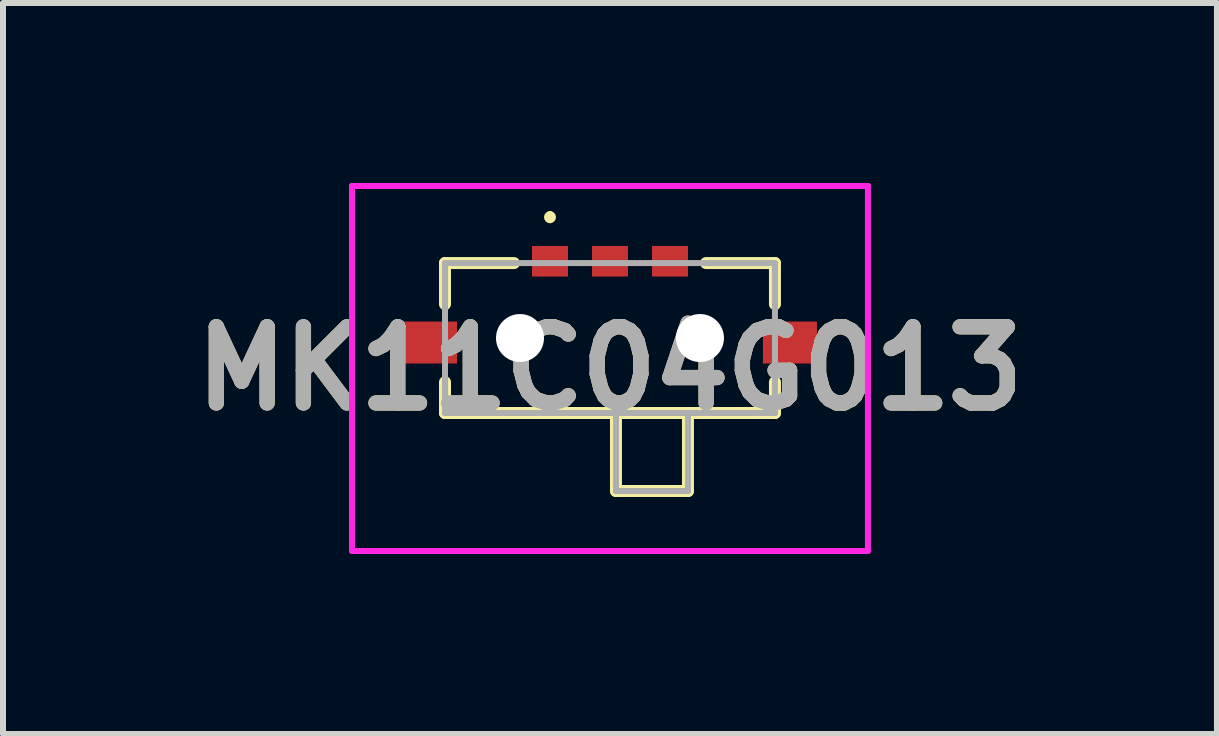
<source format=kicad_pcb>
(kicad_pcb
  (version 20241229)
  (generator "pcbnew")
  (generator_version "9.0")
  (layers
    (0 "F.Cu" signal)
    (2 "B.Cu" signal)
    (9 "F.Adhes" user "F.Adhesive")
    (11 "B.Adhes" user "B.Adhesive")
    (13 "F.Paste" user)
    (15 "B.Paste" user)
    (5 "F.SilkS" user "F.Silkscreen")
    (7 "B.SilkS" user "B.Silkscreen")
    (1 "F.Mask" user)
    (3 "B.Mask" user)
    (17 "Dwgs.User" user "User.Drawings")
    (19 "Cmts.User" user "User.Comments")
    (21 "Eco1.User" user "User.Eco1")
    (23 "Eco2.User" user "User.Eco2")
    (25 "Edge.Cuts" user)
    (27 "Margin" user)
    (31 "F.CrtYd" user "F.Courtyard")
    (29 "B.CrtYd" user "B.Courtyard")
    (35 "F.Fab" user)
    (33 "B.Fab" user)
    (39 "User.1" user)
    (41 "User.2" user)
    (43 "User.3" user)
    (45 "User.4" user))
  (footprint "MK11C04G013"
    (layer "F.Cu")
    (at 7.118 3.22)
    (property "Reference" "MK11C04G013" (at 0 -0.127 0) (layer "F.SilkS") (effects (font (size 1.27 1.27) (thickness 0.254))))
    (attr through_hole)
    (fp_line (start -2.75 -1.885) (end -1.6 -1.885) (stroke (width 0.2) (type solid)) (layer "F.SilkS"))
    (fp_line (start -2.75 -1.2) (end -2.75 -1.885) (stroke (width 0.2) (type solid)) (layer "F.SilkS"))
    (fp_line (start -2.75 0.615) (end -2.75 0.1) (stroke (width 0.2) (type solid)) (layer "F.SilkS"))
    (fp_line (start -1 -2.7) (end -1 -2.7) (stroke (width 0.1) (type solid)) (layer "F.SilkS"))
    (fp_line (start -1 -2.6) (end -1 -2.6) (stroke (width 0.1) (type solid)) (layer "F.SilkS"))
    (fp_line (start 0.1 0.615) (end 0.1 1.915) (stroke (width 0.2) (type solid)) (layer "F.SilkS"))
    (fp_line (start 0.1 1.915) (end 1.3 1.915) (stroke (width 0.2) (type solid)) (layer "F.SilkS"))
    (fp_line (start 1.3 1.915) (end 1.3 0.615) (stroke (width 0.2) (type solid)) (layer "F.SilkS"))
    (fp_line (start 1.6 -1.885) (end 2.75 -1.885) (stroke (width 0.2) (type solid)) (layer "F.SilkS"))
    (fp_line (start 2.75 -1.885) (end 2.75 -1.2) (stroke (width 0.2) (type solid)) (layer "F.SilkS"))
    (fp_line (start 2.75 0.1) (end 2.75 0.615) (stroke (width 0.2) (type solid)) (layer "F.SilkS"))
    (fp_line (start 2.75 0.615) (end -2.75 0.615) (stroke (width 0.2) (type solid)) (layer "F.SilkS"))
    (fp_arc (start -1 -2.7) (mid -0.95 -2.65) (end -1 -2.6) (stroke (width 0.1) (type solid)) (layer "F.SilkS"))
    (fp_arc (start -1 -2.6) (mid -1.05 -2.65) (end -1 -2.7) (stroke (width 0.1) (type solid)) (layer "F.SilkS"))
    (fp_line (start -4.3 -3.17) (end 4.3 -3.17) (stroke (width 0.1) (type solid)) (layer "F.CrtYd"))
    (fp_line (start -4.3 2.915) (end -4.3 -3.17) (stroke (width 0.1) (type solid)) (layer "F.CrtYd"))
    (fp_line (start 4.3 -3.17) (end 4.3 2.915) (stroke (width 0.1) (type solid)) (layer "F.CrtYd"))
    (fp_line (start 4.3 2.915) (end -4.3 2.915) (stroke (width 0.1) (type solid)) (layer "F.CrtYd"))
    (fp_line (start -2.75 -1.885) (end 2.75 -1.885) (stroke (width 0.1) (type solid)) (layer "F.Fab"))
    (fp_line (start -2.75 0.615) (end -2.75 -1.885) (stroke (width 0.1) (type solid)) (layer "F.Fab"))
    (fp_line (start 0.1 0.615) (end 0.1 1.915) (stroke (width 0.1) (type solid)) (layer "F.Fab"))
    (fp_line (start 0.1 1.915) (end 1.3 1.915) (stroke (width 0.1) (type solid)) (layer "F.Fab"))
    (fp_line (start 1.3 1.915) (end 1.3 0.615) (stroke (width 0.1) (type solid)) (layer "F.Fab"))
    (fp_line (start 2.75 -1.885) (end 2.75 0.615) (stroke (width 0.1) (type solid)) (layer "F.Fab"))
    (fp_line (start 2.75 0.615) (end -2.75 0.615) (stroke (width 0.1) (type solid)) (layer "F.Fab"))
    (fp_text user "${REFERENCE}" (at 0 -0.127 0) (layer "F.Fab") (effects (font (size 1.27 1.27) (thickness 0.254))))
    (pad "" np_thru_hole circle (at -1.5 -0.635) (size 0.8 0.8) (drill 0.8) (layers "*.Cu" "*.Mask"))
    (pad "" np_thru_hole circle (at 1.5 -0.635) (size 0.8 0.8) (drill 0.8) (layers "*.Cu" "*.Mask"))
    (pad "1" smd rect (at -1 -1.915 90) (size 0.51 0.6) (layers "F.Cu" "F.Mask" "F.Paste"))
    (pad "2" smd rect (at 1 -1.915 90) (size 0.51 0.6) (layers "F.Cu" "F.Mask" "F.Paste"))
    (pad "3" smd rect (at 0 -1.915 90) (size 0.51 0.6) (layers "F.Cu" "F.Mask" "F.Paste"))
    (pad "4" smd rect (at -3 -0.56 90) (size 0.7 0.9) (layers "F.Cu" "F.Mask" "F.Paste"))
    (pad "5" smd rect (at 3 -0.56 90) (size 0.7 0.9) (layers "F.Cu" "F.Mask" "F.Paste")))
  (gr_rect
    (start -3 -3)
    (end 17.236 9.185)
    (stroke (width 0.1) (type default))
    (fill no)
    (layer "Edge.Cuts")))
</source>
